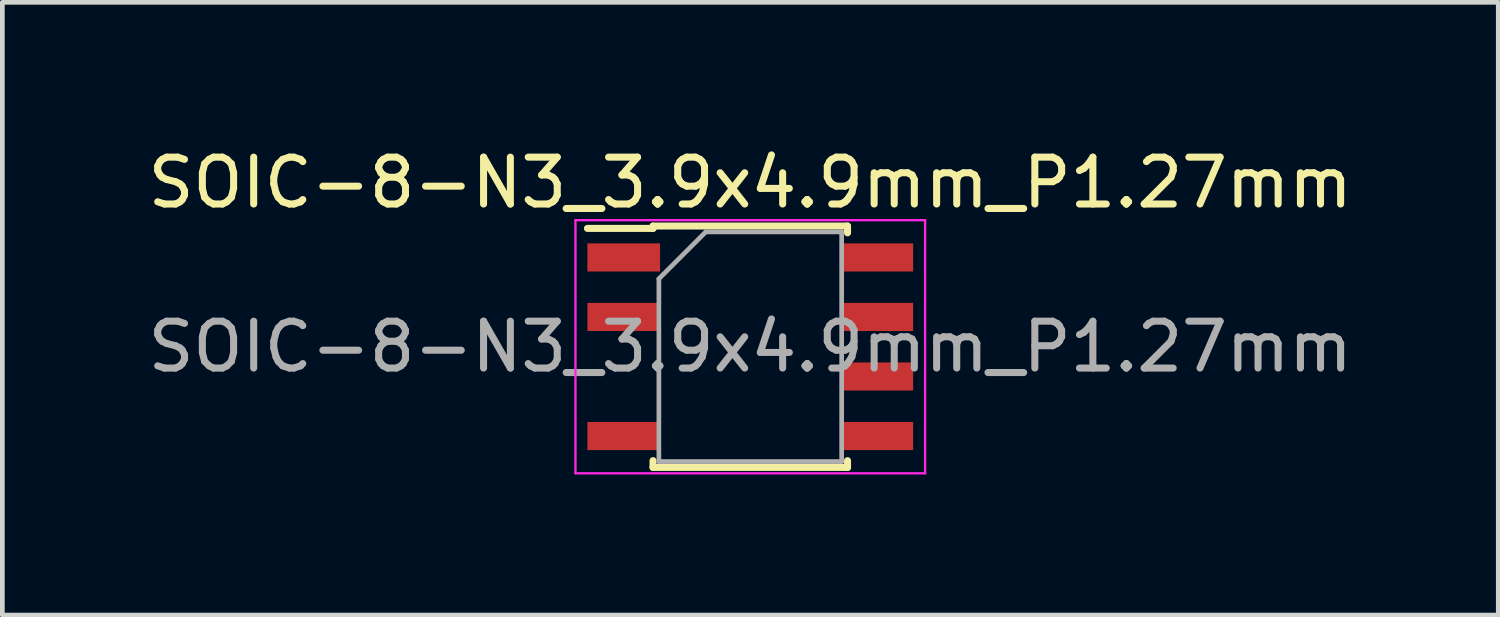
<source format=kicad_pcb>
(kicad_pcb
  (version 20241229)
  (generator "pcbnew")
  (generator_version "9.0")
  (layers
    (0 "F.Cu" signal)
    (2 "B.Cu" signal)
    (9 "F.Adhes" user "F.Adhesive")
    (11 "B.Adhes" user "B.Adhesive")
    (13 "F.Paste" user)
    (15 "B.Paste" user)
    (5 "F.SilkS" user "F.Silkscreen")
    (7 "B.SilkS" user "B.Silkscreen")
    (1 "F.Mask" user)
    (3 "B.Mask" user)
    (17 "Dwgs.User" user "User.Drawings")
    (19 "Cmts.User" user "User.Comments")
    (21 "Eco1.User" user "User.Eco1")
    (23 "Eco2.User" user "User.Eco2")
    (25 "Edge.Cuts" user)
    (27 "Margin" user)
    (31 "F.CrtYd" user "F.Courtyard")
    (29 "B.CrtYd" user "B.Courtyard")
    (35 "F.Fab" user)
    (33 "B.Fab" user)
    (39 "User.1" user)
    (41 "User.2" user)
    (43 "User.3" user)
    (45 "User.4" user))
  (footprint "SOIC-8-N3_3.9x4.9mm_P1.27mm"
    (layer "F.Cu")
    (at 12.958 4.348)
    (property "Reference" "SOIC-8-N3_3.9x4.9mm_P1.27mm" (at 0 -3.5 0) (layer "F.SilkS") (effects (font (size 1 1) (thickness 0.15))))
    (attr smd)
    (fp_line (start -2.075 -2.575) (end -2.075 -2.525) (stroke (width 0.15) (type solid)) (layer "F.SilkS"))
    (fp_line (start -2.075 -2.575) (end 2.075 -2.575) (stroke (width 0.15) (type solid)) (layer "F.SilkS"))
    (fp_line (start -2.075 -2.525) (end -3.475 -2.525) (stroke (width 0.15) (type solid)) (layer "F.SilkS"))
    (fp_line (start -2.075 2.575) (end -2.075 2.43) (stroke (width 0.15) (type solid)) (layer "F.SilkS"))
    (fp_line (start -2.075 2.575) (end 2.075 2.575) (stroke (width 0.15) (type solid)) (layer "F.SilkS"))
    (fp_line (start 2.075 -2.575) (end 2.075 -2.43) (stroke (width 0.15) (type solid)) (layer "F.SilkS"))
    (fp_line (start 2.075 2.575) (end 2.075 2.43) (stroke (width 0.15) (type solid)) (layer "F.SilkS"))
    (fp_line (start -3.73 -2.7) (end -3.73 2.7) (stroke (width 0.05) (type solid)) (layer "F.CrtYd"))
    (fp_line (start -3.73 -2.7) (end 3.73 -2.7) (stroke (width 0.05) (type solid)) (layer "F.CrtYd"))
    (fp_line (start -3.73 2.7) (end 3.73 2.7) (stroke (width 0.05) (type solid)) (layer "F.CrtYd"))
    (fp_line (start 3.73 -2.7) (end 3.73 2.7) (stroke (width 0.05) (type solid)) (layer "F.CrtYd"))
    (fp_line (start -1.95 -1.45) (end -0.95 -2.45) (stroke (width 0.1) (type solid)) (layer "F.Fab"))
    (fp_line (start -1.95 2.45) (end -1.95 -1.45) (stroke (width 0.1) (type solid)) (layer "F.Fab"))
    (fp_line (start -0.95 -2.45) (end 1.95 -2.45) (stroke (width 0.1) (type solid)) (layer "F.Fab"))
    (fp_line (start 1.95 -2.45) (end 1.95 2.45) (stroke (width 0.1) (type solid)) (layer "F.Fab"))
    (fp_line (start 1.95 2.45) (end -1.95 2.45) (stroke (width 0.1) (type solid)) (layer "F.Fab"))
    (fp_text user "${REFERENCE}" (at 0 0 0) (layer "F.Fab") (effects (font (size 1 1) (thickness 0.15))))
    (pad "1" smd rect (at -2.7 -1.905) (size 1.55 0.6) (layers "F.Cu" "F.Mask" "F.Paste"))
    (pad "2" smd rect (at -2.7 -0.635) (size 1.55 0.6) (layers "F.Cu" "F.Mask" "F.Paste"))
    (pad "4" smd rect (at -2.7 1.905) (size 1.55 0.6) (layers "F.Cu" "F.Mask" "F.Paste"))
    (pad "5" smd rect (at 2.7 1.905) (size 1.55 0.6) (layers "F.Cu" "F.Mask" "F.Paste"))
    (pad "6" smd rect (at 2.7 0.635) (size 1.55 0.6) (layers "F.Cu" "F.Mask" "F.Paste"))
    (pad "7" smd rect (at 2.7 -0.635) (size 1.55 0.6) (layers "F.Cu" "F.Mask" "F.Paste"))
    (pad "8" smd rect (at 2.7 -1.905) (size 1.55 0.6) (layers "F.Cu" "F.Mask" "F.Paste")))
  (gr_rect
    (start -3 -3)
    (end 28.917 10.073)
    (stroke (width 0.1) (type default))
    (fill no)
    (layer "Edge.Cuts")))
</source>
